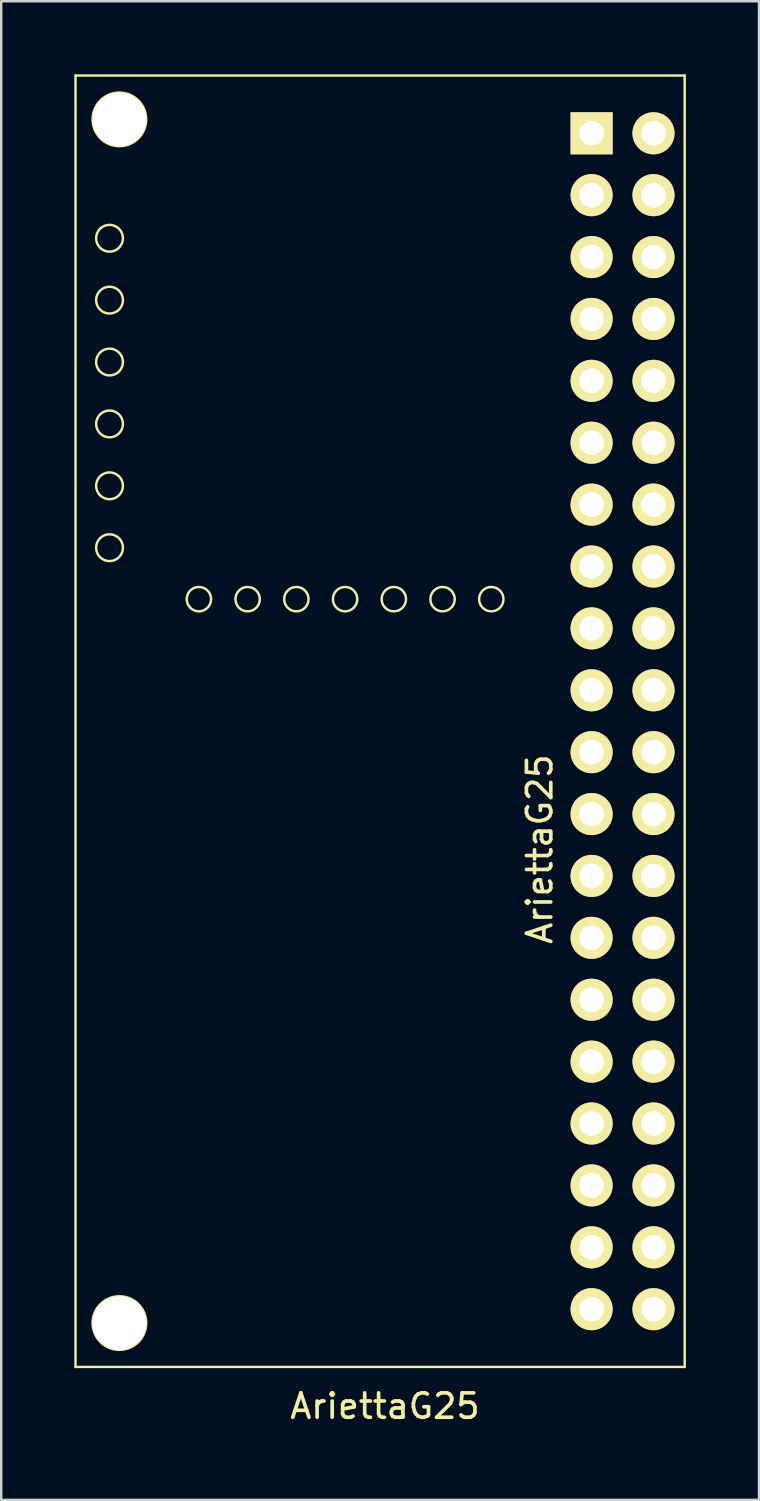
<source format=kicad_pcb>
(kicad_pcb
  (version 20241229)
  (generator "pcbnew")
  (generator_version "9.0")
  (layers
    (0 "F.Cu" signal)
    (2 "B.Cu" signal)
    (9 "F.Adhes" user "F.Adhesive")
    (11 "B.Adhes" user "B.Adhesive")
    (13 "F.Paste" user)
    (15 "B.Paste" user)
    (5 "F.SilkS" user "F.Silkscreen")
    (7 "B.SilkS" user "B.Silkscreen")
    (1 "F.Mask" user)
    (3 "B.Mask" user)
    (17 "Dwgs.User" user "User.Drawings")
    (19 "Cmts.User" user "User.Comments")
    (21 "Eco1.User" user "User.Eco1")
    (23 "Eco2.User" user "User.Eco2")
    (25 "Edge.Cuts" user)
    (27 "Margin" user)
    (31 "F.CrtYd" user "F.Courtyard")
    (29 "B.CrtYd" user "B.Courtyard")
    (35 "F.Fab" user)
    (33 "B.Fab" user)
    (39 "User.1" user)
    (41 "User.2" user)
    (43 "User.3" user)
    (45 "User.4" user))
  (footprint "AriettaG25"
    (layer "F.Cu")
    (at 21.23 2.42)
    (property "Reference" "AriettaG25" (at -8.48 52.24 0) (layer "F.SilkS") (effects (font (size 1 1) (thickness 0.15))))
    (attr through_hole)
    (fp_line (start -21.18 -2.37) (end -21.18 50.63) (stroke (width 0.1) (type solid)) (layer "F.SilkS"))
    (fp_line (start -21.18 50.63) (end 3.82 50.63) (stroke (width 0.1) (type solid)) (layer "F.SilkS"))
    (fp_line (start 3.82 -2.37) (end -21.18 -2.37) (stroke (width 0.1) (type solid)) (layer "F.SilkS"))
    (fp_line (start 3.82 50.63) (end 3.82 -2.37) (stroke (width 0.1) (type solid)) (layer "F.SilkS"))
    (fp_circle (center -19.785 4.308) (end -19.235 4.308) (stroke (width 0.1) (type solid)) (fill no) (layer "F.SilkS"))
    (fp_circle (center -19.785 6.848) (end -19.235 6.848) (stroke (width 0.1) (type solid)) (fill no) (layer "F.SilkS"))
    (fp_circle (center -19.785 9.388) (end -19.235 9.388) (stroke (width 0.1) (type solid)) (fill no) (layer "F.SilkS"))
    (fp_circle (center -19.785 11.928) (end -19.235 11.928) (stroke (width 0.1) (type solid)) (fill no) (layer "F.SilkS"))
    (fp_circle (center -19.785 14.468) (end -19.235 14.468) (stroke (width 0.1) (type solid)) (fill no) (layer "F.SilkS"))
    (fp_circle (center -19.785 17.008) (end -19.235 17.008) (stroke (width 0.1) (type solid)) (fill no) (layer "F.SilkS"))
    (fp_circle (center -19.38 -0.57) (end -18.28 -0.57) (stroke (width 0.1) (type solid)) (fill no) (layer "F.SilkS"))
    (fp_circle (center -19.38 48.83) (end -18.28 48.83) (stroke (width 0.1) (type solid)) (fill no) (layer "F.SilkS"))
    (fp_circle (center -16.117 19.12) (end -15.617 19.12) (stroke (width 0.1) (type solid)) (fill no) (layer "F.SilkS"))
    (fp_circle (center -14.117 19.12) (end -13.617 19.12) (stroke (width 0.1) (type solid)) (fill no) (layer "F.SilkS"))
    (fp_circle (center -12.117 19.12) (end -11.617 19.12) (stroke (width 0.1) (type solid)) (fill no) (layer "F.SilkS"))
    (fp_circle (center -10.117 19.12) (end -9.617 19.12) (stroke (width 0.1) (type solid)) (fill no) (layer "F.SilkS"))
    (fp_circle (center -8.117 19.12) (end -7.617 19.12) (stroke (width 0.1) (type solid)) (fill no) (layer "F.SilkS"))
    (fp_circle (center -6.117 19.12) (end -5.617 19.12) (stroke (width 0.1) (type solid)) (fill no) (layer "F.SilkS"))
    (fp_circle (center -4.117 19.12) (end -3.617 19.12) (stroke (width 0.1) (type solid)) (fill no) (layer "F.SilkS"))
    (fp_text user "AriettaG25" (at -2.13 29.38 90) (layer "F.SilkS") (effects (font (size 1 1) (thickness 0.15))))
    (pad "" np_thru_hole circle (at -19.38 -0.57) (size 2.2 2.2) (drill 2.2) (layers "*.Cu" "*.Mask" "F.SilkS"))
    (pad "" np_thru_hole circle (at -19.38 48.83) (size 2.2 2.2) (drill 2.2) (layers "*.Cu" "*.Mask" "F.SilkS"))
    (pad "1" thru_hole rect (at 0 0) (size 1.727 1.727) (drill 1.016) (layers "*.Cu" "*.Mask" "F.SilkS"))
    (pad "2" thru_hole oval (at 2.54 0) (size 1.727 1.727) (drill 1.016) (layers "*.Cu" "*.Mask" "F.SilkS"))
    (pad "3" thru_hole oval (at 0 2.54) (size 1.727 1.727) (drill 1.016) (layers "*.Cu" "*.Mask" "F.SilkS"))
    (pad "4" thru_hole oval (at 2.54 2.54) (size 1.727 1.727) (drill 1.016) (layers "*.Cu" "*.Mask" "F.SilkS"))
    (pad "5" thru_hole oval (at 0 5.08) (size 1.727 1.727) (drill 1.016) (layers "*.Cu" "*.Mask" "F.SilkS"))
    (pad "6" thru_hole oval (at 2.54 5.08) (size 1.727 1.727) (drill 1.016) (layers "*.Cu" "*.Mask" "F.SilkS"))
    (pad "7" thru_hole oval (at 0 7.62) (size 1.727 1.727) (drill 1.016) (layers "*.Cu" "*.Mask" "F.SilkS"))
    (pad "8" thru_hole oval (at 2.54 7.62) (size 1.727 1.727) (drill 1.016) (layers "*.Cu" "*.Mask" "F.SilkS"))
    (pad "9" thru_hole oval (at 0 10.16) (size 1.727 1.727) (drill 1.016) (layers "*.Cu" "*.Mask" "F.SilkS"))
    (pad "10" thru_hole oval (at 2.54 10.16) (size 1.727 1.727) (drill 1.016) (layers "*.Cu" "*.Mask" "F.SilkS"))
    (pad "11" thru_hole oval (at 0 12.7) (size 1.727 1.727) (drill 1.016) (layers "*.Cu" "*.Mask" "F.SilkS"))
    (pad "12" thru_hole oval (at 2.54 12.7) (size 1.727 1.727) (drill 1.016) (layers "*.Cu" "*.Mask" "F.SilkS"))
    (pad "13" thru_hole oval (at 0 15.24) (size 1.727 1.727) (drill 1.016) (layers "*.Cu" "*.Mask" "F.SilkS"))
    (pad "14" thru_hole oval (at 2.54 15.24) (size 1.727 1.727) (drill 1.016) (layers "*.Cu" "*.Mask" "F.SilkS"))
    (pad "15" thru_hole oval (at 0 17.78) (size 1.727 1.727) (drill 1.016) (layers "*.Cu" "*.Mask" "F.SilkS"))
    (pad "16" thru_hole oval (at 2.54 17.78) (size 1.727 1.727) (drill 1.016) (layers "*.Cu" "*.Mask" "F.SilkS"))
    (pad "17" thru_hole oval (at 0 20.32) (size 1.727 1.727) (drill 1.016) (layers "*.Cu" "*.Mask" "F.SilkS"))
    (pad "18" thru_hole oval (at 2.54 20.32) (size 1.727 1.727) (drill 1.016) (layers "*.Cu" "*.Mask" "F.SilkS"))
    (pad "19" thru_hole oval (at 0 22.86) (size 1.727 1.727) (drill 1.016) (layers "*.Cu" "*.Mask" "F.SilkS"))
    (pad "20" thru_hole oval (at 2.54 22.86) (size 1.727 1.727) (drill 1.016) (layers "*.Cu" "*.Mask" "F.SilkS"))
    (pad "21" thru_hole oval (at 0 25.4) (size 1.727 1.727) (drill 1.016) (layers "*.Cu" "*.Mask" "F.SilkS"))
    (pad "22" thru_hole oval (at 2.54 25.4) (size 1.727 1.727) (drill 1.016) (layers "*.Cu" "*.Mask" "F.SilkS"))
    (pad "23" thru_hole oval (at 0 27.94) (size 1.727 1.727) (drill 1.016) (layers "*.Cu" "*.Mask" "F.SilkS"))
    (pad "24" thru_hole oval (at 2.54 27.94) (size 1.727 1.727) (drill 1.016) (layers "*.Cu" "*.Mask" "F.SilkS"))
    (pad "25" thru_hole oval (at 0 30.48) (size 1.727 1.727) (drill 1.016) (layers "*.Cu" "*.Mask" "F.SilkS"))
    (pad "26" thru_hole oval (at 2.54 30.48) (size 1.727 1.727) (drill 1.016) (layers "*.Cu" "*.Mask" "F.SilkS"))
    (pad "27" thru_hole oval (at 0 33.02) (size 1.727 1.727) (drill 1.016) (layers "*.Cu" "*.Mask" "F.SilkS"))
    (pad "28" thru_hole oval (at 2.54 33.02) (size 1.727 1.727) (drill 1.016) (layers "*.Cu" "*.Mask" "F.SilkS"))
    (pad "29" thru_hole oval (at 0 35.56) (size 1.727 1.727) (drill 1.016) (layers "*.Cu" "*.Mask" "F.SilkS"))
    (pad "30" thru_hole oval (at 2.54 35.56) (size 1.727 1.727) (drill 1.016) (layers "*.Cu" "*.Mask" "F.SilkS"))
    (pad "31" thru_hole oval (at 0 38.1) (size 1.727 1.727) (drill 1.016) (layers "*.Cu" "*.Mask" "F.SilkS"))
    (pad "32" thru_hole oval (at 2.54 38.1) (size 1.727 1.727) (drill 1.016) (layers "*.Cu" "*.Mask" "F.SilkS"))
    (pad "33" thru_hole oval (at 0 40.64) (size 1.727 1.727) (drill 1.016) (layers "*.Cu" "*.Mask" "F.SilkS"))
    (pad "34" thru_hole oval (at 2.54 40.64) (size 1.727 1.727) (drill 1.016) (layers "*.Cu" "*.Mask" "F.SilkS"))
    (pad "35" thru_hole oval (at 0 43.18) (size 1.727 1.727) (drill 1.016) (layers "*.Cu" "*.Mask" "F.SilkS"))
    (pad "36" thru_hole oval (at 2.54 43.18) (size 1.727 1.727) (drill 1.016) (layers "*.Cu" "*.Mask" "F.SilkS"))
    (pad "37" thru_hole oval (at 0 45.72) (size 1.727 1.727) (drill 1.016) (layers "*.Cu" "*.Mask" "F.SilkS"))
    (pad "38" thru_hole oval (at 2.54 45.72) (size 1.727 1.727) (drill 1.016) (layers "*.Cu" "*.Mask" "F.SilkS"))
    (pad "39" thru_hole oval (at 0 48.26) (size 1.727 1.727) (drill 1.016) (layers "*.Cu" "*.Mask" "F.SilkS"))
    (pad "40" thru_hole oval (at 2.54 48.26) (size 1.727 1.727) (drill 1.016) (layers "*.Cu" "*.Mask" "F.SilkS")))
  (gr_rect
    (start -3 -3)
    (end 28.1 58.508)
    (stroke (width 0.1) (type default))
    (fill no)
    (layer "Edge.Cuts")))
</source>
